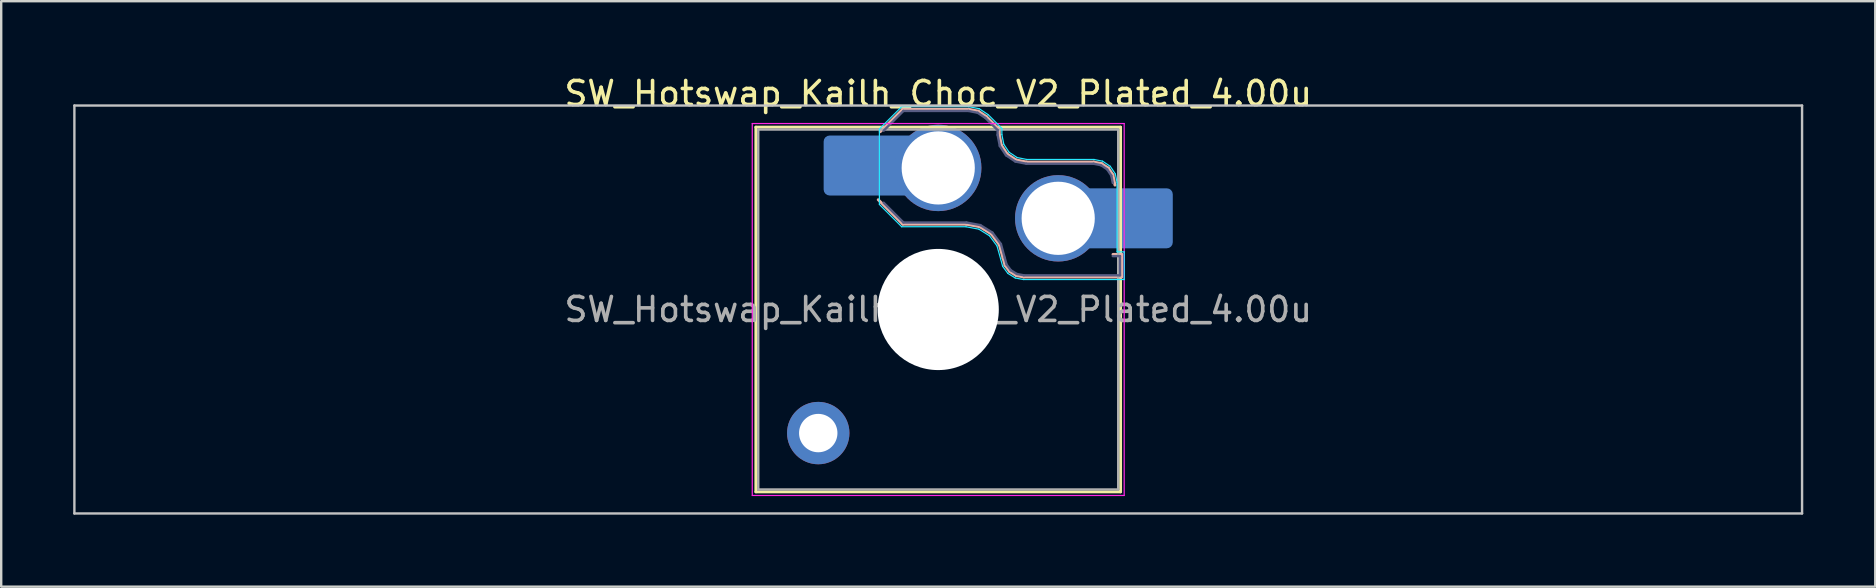
<source format=kicad_pcb>
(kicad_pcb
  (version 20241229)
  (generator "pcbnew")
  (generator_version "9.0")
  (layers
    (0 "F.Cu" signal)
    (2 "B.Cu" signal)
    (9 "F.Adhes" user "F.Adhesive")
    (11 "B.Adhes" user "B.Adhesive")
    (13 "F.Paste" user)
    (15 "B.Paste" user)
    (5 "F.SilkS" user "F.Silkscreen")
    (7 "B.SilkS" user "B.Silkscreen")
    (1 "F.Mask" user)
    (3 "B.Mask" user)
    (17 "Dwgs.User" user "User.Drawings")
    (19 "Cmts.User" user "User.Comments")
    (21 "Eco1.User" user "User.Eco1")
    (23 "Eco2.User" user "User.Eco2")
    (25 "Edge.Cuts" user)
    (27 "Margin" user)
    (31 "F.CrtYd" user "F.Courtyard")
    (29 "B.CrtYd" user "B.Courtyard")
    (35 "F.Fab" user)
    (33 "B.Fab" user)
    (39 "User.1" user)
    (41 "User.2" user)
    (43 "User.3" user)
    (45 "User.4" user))
  (footprint "SW_Hotswap_Kailh_Choc_V2_Plated_4.00u"
    (layer "F.Cu")
    (at 36.05 9.848)
    (property "Reference" "SW_Hotswap_Kailh_Choc_V2_Plated_4.00u" (at 0 -9 0) (layer "F.SilkS") (effects (font (size 1 1) (thickness 0.15))))
    (attr smd)
    (fp_line (start -7.6 -7.6) (end -7.6 7.6) (stroke (width 0.12) (type solid)) (layer "F.SilkS"))
    (fp_line (start -7.6 7.6) (end 7.6 7.6) (stroke (width 0.12) (type solid)) (layer "F.SilkS"))
    (fp_line (start 7.6 -7.6) (end -7.6 -7.6) (stroke (width 0.12) (type solid)) (layer "F.SilkS"))
    (fp_line (start 7.6 7.6) (end 7.6 -7.6) (stroke (width 0.12) (type solid)) (layer "F.SilkS"))
    (fp_line (start -2.416 -7.409) (end -1.479 -8.346) (stroke (width 0.12) (type solid)) (layer "B.SilkS"))
    (fp_line (start -1.479 -8.346) (end 1.268 -8.346) (stroke (width 0.12) (type solid)) (layer "B.SilkS"))
    (fp_line (start -1.479 -3.554) (end -2.5 -4.575) (stroke (width 0.12) (type solid)) (layer "B.SilkS"))
    (fp_line (start 1.168 -3.554) (end -1.479 -3.554) (stroke (width 0.12) (type solid)) (layer "B.SilkS"))
    (fp_line (start 1.268 -8.346) (end 1.671 -8.266) (stroke (width 0.12) (type solid)) (layer "B.SilkS"))
    (fp_line (start 1.671 -8.266) (end 2.013 -8.037) (stroke (width 0.12) (type solid)) (layer "B.SilkS"))
    (fp_line (start 1.73 -3.449) (end 1.168 -3.554) (stroke (width 0.12) (type solid)) (layer "B.SilkS"))
    (fp_line (start 2.013 -8.037) (end 2.546 -7.504) (stroke (width 0.12) (type solid)) (layer "B.SilkS"))
    (fp_line (start 2.209 -3.15) (end 1.73 -3.449) (stroke (width 0.12) (type solid)) (layer "B.SilkS"))
    (fp_line (start 2.546 -7.504) (end 2.546 -7.282) (stroke (width 0.12) (type solid)) (layer "B.SilkS"))
    (fp_line (start 2.546 -7.282) (end 2.633 -6.844) (stroke (width 0.12) (type solid)) (layer "B.SilkS"))
    (fp_line (start 2.547 -2.697) (end 2.209 -3.15) (stroke (width 0.12) (type solid)) (layer "B.SilkS"))
    (fp_line (start 2.633 -6.844) (end 2.877 -6.477) (stroke (width 0.12) (type solid)) (layer "B.SilkS"))
    (fp_line (start 2.701 -2.139) (end 2.547 -2.697) (stroke (width 0.12) (type solid)) (layer "B.SilkS"))
    (fp_line (start 2.783 -1.841) (end 2.701 -2.139) (stroke (width 0.12) (type solid)) (layer "B.SilkS"))
    (fp_line (start 2.877 -6.477) (end 3.244 -6.233) (stroke (width 0.12) (type solid)) (layer "B.SilkS"))
    (fp_line (start 2.976 -1.583) (end 2.783 -1.841) (stroke (width 0.12) (type solid)) (layer "B.SilkS"))
    (fp_line (start 3.244 -6.233) (end 3.682 -6.146) (stroke (width 0.12) (type solid)) (layer "B.SilkS"))
    (fp_line (start 3.25 -1.413) (end 2.976 -1.583) (stroke (width 0.12) (type solid)) (layer "B.SilkS"))
    (fp_line (start 3.56 -1.354) (end 3.25 -1.413) (stroke (width 0.12) (type solid)) (layer "B.SilkS"))
    (fp_line (start 3.682 -6.146) (end 6.482 -6.146) (stroke (width 0.12) (type solid)) (layer "B.SilkS"))
    (fp_line (start 6.482 -6.146) (end 6.809 -6.081) (stroke (width 0.12) (type solid)) (layer "B.SilkS"))
    (fp_line (start 6.809 -6.081) (end 7.092 -5.892) (stroke (width 0.12) (type solid)) (layer "B.SilkS"))
    (fp_line (start 7.092 -5.892) (end 7.281 -5.609) (stroke (width 0.12) (type solid)) (layer "B.SilkS"))
    (fp_line (start 7.281 -5.609) (end 7.366 -5.182) (stroke (width 0.12) (type solid)) (layer "B.SilkS"))
    (fp_line (start 7.283 -2.296) (end 7.646 -2.296) (stroke (width 0.12) (type solid)) (layer "B.SilkS"))
    (fp_line (start 7.646 -2.296) (end 7.646 -1.354) (stroke (width 0.12) (type solid)) (layer "B.SilkS"))
    (fp_line (start 7.646 -1.354) (end 3.56 -1.354) (stroke (width 0.12) (type solid)) (layer "B.SilkS"))
    (fp_line (start -36 -8.5) (end -36 8.5) (stroke (width 0.1) (type solid)) (layer "Dwgs.User"))
    (fp_line (start -36 8.5) (end 36 8.5) (stroke (width 0.1) (type solid)) (layer "Dwgs.User"))
    (fp_line (start 36 -8.5) (end -36 -8.5) (stroke (width 0.1) (type solid)) (layer "Dwgs.User"))
    (fp_line (start 36 8.5) (end 36 -8.5) (stroke (width 0.1) (type solid)) (layer "Dwgs.User"))
    (fp_line (start -7.25 -7.25) (end -7.25 7.25) (stroke (width 0.1) (type solid)) (layer "Eco1.User"))
    (fp_line (start -7.25 7.25) (end 7.25 7.25) (stroke (width 0.1) (type solid)) (layer "Eco1.User"))
    (fp_line (start 7.25 -7.25) (end -7.25 -7.25) (stroke (width 0.1) (type solid)) (layer "Eco1.User"))
    (fp_line (start 7.25 7.25) (end 7.25 -7.25) (stroke (width 0.1) (type solid)) (layer "Eco1.User"))
    (fp_line (start -2.452 -7.523) (end -1.523 -8.452) (stroke (width 0.05) (type solid)) (layer "B.CrtYd"))
    (fp_line (start -2.452 -4.377) (end -2.452 -7.523) (stroke (width 0.05) (type solid)) (layer "B.CrtYd"))
    (fp_line (start -1.523 -8.452) (end 1.278 -8.452) (stroke (width 0.05) (type solid)) (layer "B.CrtYd"))
    (fp_line (start -1.523 -3.448) (end -2.452 -4.377) (stroke (width 0.05) (type solid)) (layer "B.CrtYd"))
    (fp_line (start 1.159 -3.448) (end -1.523 -3.448) (stroke (width 0.05) (type solid)) (layer "B.CrtYd"))
    (fp_line (start 1.278 -8.452) (end 1.712 -8.366) (stroke (width 0.05) (type solid)) (layer "B.CrtYd"))
    (fp_line (start 1.691 -3.348) (end 1.159 -3.448) (stroke (width 0.05) (type solid)) (layer "B.CrtYd"))
    (fp_line (start 1.712 -8.366) (end 2.081 -8.119) (stroke (width 0.05) (type solid)) (layer "B.CrtYd"))
    (fp_line (start 2.081 -8.119) (end 2.652 -7.548) (stroke (width 0.05) (type solid)) (layer "B.CrtYd"))
    (fp_line (start 2.136 -3.071) (end 1.691 -3.348) (stroke (width 0.05) (type solid)) (layer "B.CrtYd"))
    (fp_line (start 2.45 -2.65) (end 2.136 -3.071) (stroke (width 0.05) (type solid)) (layer "B.CrtYd"))
    (fp_line (start 2.599 -2.111) (end 2.45 -2.65) (stroke (width 0.05) (type solid)) (layer "B.CrtYd"))
    (fp_line (start 2.652 -7.548) (end 2.652 -7.292) (stroke (width 0.05) (type solid)) (layer "B.CrtYd"))
    (fp_line (start 2.652 -7.292) (end 2.733 -6.885) (stroke (width 0.05) (type solid)) (layer "B.CrtYd"))
    (fp_line (start 2.687 -1.794) (end 2.599 -2.111) (stroke (width 0.05) (type solid)) (layer "B.CrtYd"))
    (fp_line (start 2.733 -6.885) (end 2.953 -6.553) (stroke (width 0.05) (type solid)) (layer "B.CrtYd"))
    (fp_line (start 2.903 -1.503) (end 2.687 -1.794) (stroke (width 0.05) (type solid)) (layer "B.CrtYd"))
    (fp_line (start 2.953 -6.553) (end 3.285 -6.333) (stroke (width 0.05) (type solid)) (layer "B.CrtYd"))
    (fp_line (start 3.211 -1.312) (end 2.903 -1.503) (stroke (width 0.05) (type solid)) (layer "B.CrtYd"))
    (fp_line (start 3.285 -6.333) (end 3.692 -6.252) (stroke (width 0.05) (type solid)) (layer "B.CrtYd"))
    (fp_line (start 3.55 -1.248) (end 3.211 -1.312) (stroke (width 0.05) (type solid)) (layer "B.CrtYd"))
    (fp_line (start 3.692 -6.252) (end 6.492 -6.252) (stroke (width 0.05) (type solid)) (layer "B.CrtYd"))
    (fp_line (start 6.492 -6.252) (end 6.85 -6.181) (stroke (width 0.05) (type solid)) (layer "B.CrtYd"))
    (fp_line (start 6.85 -6.181) (end 7.168 -5.968) (stroke (width 0.05) (type solid)) (layer "B.CrtYd"))
    (fp_line (start 7.168 -5.968) (end 7.381 -5.65) (stroke (width 0.05) (type solid)) (layer "B.CrtYd"))
    (fp_line (start 7.381 -5.65) (end 7.452 -5.292) (stroke (width 0.05) (type solid)) (layer "B.CrtYd"))
    (fp_line (start 7.452 -5.292) (end 7.452 -2.402) (stroke (width 0.05) (type solid)) (layer "B.CrtYd"))
    (fp_line (start 7.452 -2.402) (end 7.752 -2.402) (stroke (width 0.05) (type solid)) (layer "B.CrtYd"))
    (fp_line (start 7.752 -2.402) (end 7.752 -1.248) (stroke (width 0.05) (type solid)) (layer "B.CrtYd"))
    (fp_line (start 7.752 -1.248) (end 3.55 -1.248) (stroke (width 0.05) (type solid)) (layer "B.CrtYd"))
    (fp_line (start -7.75 -7.75) (end -7.75 7.75) (stroke (width 0.05) (type solid)) (layer "F.CrtYd"))
    (fp_line (start -7.75 7.75) (end 7.75 7.75) (stroke (width 0.05) (type solid)) (layer "F.CrtYd"))
    (fp_line (start 7.75 -7.75) (end -7.75 -7.75) (stroke (width 0.05) (type solid)) (layer "F.CrtYd"))
    (fp_line (start 7.75 7.75) (end 7.75 -7.75) (stroke (width 0.05) (type solid)) (layer "F.CrtYd"))
    (fp_line (start -2.275 -7.45) (end -1.45 -8.275) (stroke (width 0.1) (type solid)) (layer "B.Fab"))
    (fp_line (start -1.45 -8.275) (end 1.261 -8.275) (stroke (width 0.1) (type solid)) (layer "B.Fab"))
    (fp_line (start -1.45 -3.625) (end -2.275 -4.45) (stroke (width 0.1) (type solid)) (layer "B.Fab"))
    (fp_line (start 1.175 -3.625) (end -1.45 -3.625) (stroke (width 0.1) (type solid)) (layer "B.Fab"))
    (fp_line (start 1.261 -8.275) (end 1.643 -8.199) (stroke (width 0.1) (type solid)) (layer "B.Fab"))
    (fp_line (start 1.643 -8.199) (end 1.968 -7.982) (stroke (width 0.1) (type solid)) (layer "B.Fab"))
    (fp_line (start 1.756 -3.516) (end 1.175 -3.625) (stroke (width 0.1) (type solid)) (layer "B.Fab"))
    (fp_line (start 1.968 -7.982) (end 2.475 -7.475) (stroke (width 0.1) (type solid)) (layer "B.Fab"))
    (fp_line (start 2.258 -3.203) (end 1.756 -3.516) (stroke (width 0.1) (type solid)) (layer "B.Fab"))
    (fp_line (start 2.475 -7.475) (end 2.475 -7.275) (stroke (width 0.1) (type solid)) (layer "B.Fab"))
    (fp_line (start 2.475 -7.275) (end 2.566 -6.816) (stroke (width 0.1) (type solid)) (layer "B.Fab"))
    (fp_line (start 2.566 -6.816) (end 2.826 -6.426) (stroke (width 0.1) (type solid)) (layer "B.Fab"))
    (fp_line (start 2.612 -2.729) (end 2.258 -3.203) (stroke (width 0.1) (type solid)) (layer "B.Fab"))
    (fp_line (start 2.769 -2.158) (end 2.612 -2.729) (stroke (width 0.1) (type solid)) (layer "B.Fab"))
    (fp_line (start 2.826 -6.426) (end 3.216 -6.166) (stroke (width 0.1) (type solid)) (layer "B.Fab"))
    (fp_line (start 2.848 -1.873) (end 2.769 -2.158) (stroke (width 0.1) (type solid)) (layer "B.Fab"))
    (fp_line (start 3.025 -1.636) (end 2.848 -1.873) (stroke (width 0.1) (type solid)) (layer "B.Fab"))
    (fp_line (start 3.216 -6.166) (end 3.675 -6.075) (stroke (width 0.1) (type solid)) (layer "B.Fab"))
    (fp_line (start 3.276 -1.48) (end 3.025 -1.636) (stroke (width 0.1) (type solid)) (layer "B.Fab"))
    (fp_line (start 3.567 -1.425) (end 3.276 -1.48) (stroke (width 0.1) (type solid)) (layer "B.Fab"))
    (fp_line (start 3.675 -6.075) (end 6.475 -6.075) (stroke (width 0.1) (type solid)) (layer "B.Fab"))
    (fp_line (start 6.475 -6.075) (end 6.781 -6.014) (stroke (width 0.1) (type solid)) (layer "B.Fab"))
    (fp_line (start 6.781 -6.014) (end 7.041 -5.841) (stroke (width 0.1) (type solid)) (layer "B.Fab"))
    (fp_line (start 7.041 -5.841) (end 7.214 -5.581) (stroke (width 0.1) (type solid)) (layer "B.Fab"))
    (fp_line (start 7.214 -5.581) (end 7.275 -5.275) (stroke (width 0.1) (type solid)) (layer "B.Fab"))
    (fp_line (start 7.275 -2.225) (end 7.575 -2.225) (stroke (width 0.1) (type solid)) (layer "B.Fab"))
    (fp_line (start 7.575 -2.225) (end 7.575 -1.425) (stroke (width 0.1) (type solid)) (layer "B.Fab"))
    (fp_line (start 7.575 -1.425) (end 3.567 -1.425) (stroke (width 0.1) (type solid)) (layer "B.Fab"))
    (fp_line (start -7.5 -7.5) (end -7.5 7.5) (stroke (width 0.1) (type solid)) (layer "F.Fab"))
    (fp_line (start -7.5 7.5) (end 7.5 7.5) (stroke (width 0.1) (type solid)) (layer "F.Fab"))
    (fp_line (start 7.5 -7.5) (end -7.5 -7.5) (stroke (width 0.1) (type solid)) (layer "F.Fab"))
    (fp_line (start 7.5 7.5) (end 7.5 -7.5) (stroke (width 0.1) (type solid)) (layer "F.Fab"))
    (fp_text user "${REFERENCE}" (at 0 0 0) (layer "F.Fab") (effects (font (size 1 1) (thickness 0.15))))
    (pad "" thru_hole circle (at -5 5.15) (size 2.6 2.6) (drill 1.6) (layers "*.Cu" "*.Mask"))
    (pad "" smd roundrect (at -3.5 -6) (size 2.55 2.5) (layers "B.Mask" "B.Paste") (roundrect_rratio 0.1))
    (pad "" np_thru_hole circle (at 0 0) (size 5.05 5.05) (drill 5.05) (layers "*.Cu" "*.Mask"))
    (pad "" smd roundrect (at 8.5 -3.8) (size 2.55 2.5) (layers "B.Mask" "B.Paste") (roundrect_rratio 0.1))
    (pad "1" smd roundrect (at -2.85 -6) (size 3.85 2.5) (layers "B.Cu") (roundrect_rratio 0.1))
    (pad "1" thru_hole circle (at 0 -5.9) (size 3.6 3.6) (drill 3.05) (layers "*.Cu" "*.Mask"))
    (pad "2" thru_hole circle (at 5 -3.8) (size 3.6 3.6) (drill 3.05) (layers "*.Cu" "*.Mask"))
    (pad "2" smd roundrect (at 7.85 -3.8) (size 3.85 2.5) (layers "B.Cu") (roundrect_rratio 0.1)))
  (gr_rect
    (start -3 -3)
    (end 75.1 21.398)
    (stroke (width 0.1) (type default))
    (fill no)
    (layer "Edge.Cuts")))
</source>
